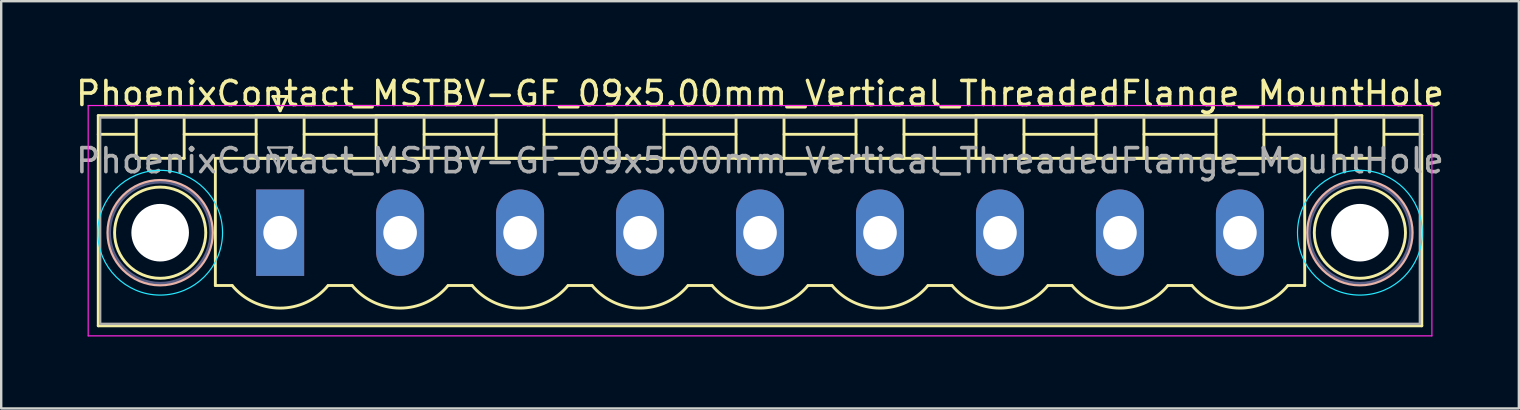
<source format=kicad_pcb>
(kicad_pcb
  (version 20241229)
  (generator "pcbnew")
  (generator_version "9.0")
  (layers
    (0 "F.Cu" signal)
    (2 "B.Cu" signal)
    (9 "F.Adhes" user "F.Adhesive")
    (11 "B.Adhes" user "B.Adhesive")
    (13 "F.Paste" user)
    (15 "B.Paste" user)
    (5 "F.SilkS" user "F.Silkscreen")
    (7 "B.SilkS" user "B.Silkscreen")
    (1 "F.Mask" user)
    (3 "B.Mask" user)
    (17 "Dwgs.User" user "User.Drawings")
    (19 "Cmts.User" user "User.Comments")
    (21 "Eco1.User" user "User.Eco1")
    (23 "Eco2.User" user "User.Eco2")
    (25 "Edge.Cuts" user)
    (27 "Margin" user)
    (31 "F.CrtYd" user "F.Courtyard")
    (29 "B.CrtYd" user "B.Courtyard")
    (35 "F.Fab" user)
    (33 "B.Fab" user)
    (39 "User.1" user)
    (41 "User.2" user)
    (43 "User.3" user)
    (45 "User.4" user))
  (footprint "PhoenixContact_MSTBV-GF_09x5.00mm_Vertical_ThreadedFlange_MountHole"
    (layer "F.Cu")
    (at 8.625 6.648)
    (property "Reference" "PhoenixContact_MSTBV-GF_09x5.00mm_Vertical_ThreadedFlange_MountHole" (at 20 -5.8 0) (layer "F.SilkS") (effects (font (size 1 1) (thickness 0.15))))
    (attr through_hole)
    (fp_line (start -7.58 -4.88) (end -7.58 3.88) (stroke (width 0.12) (type solid)) (layer "F.SilkS"))
    (fp_line (start -7.58 -4.1) (end -6.08 -4.1) (stroke (width 0.12) (type solid)) (layer "F.SilkS"))
    (fp_line (start -7.58 3.88) (end 47.58 3.88) (stroke (width 0.12) (type solid)) (layer "F.SilkS"))
    (fp_line (start -6 -4.88) (end -4 -4.88) (stroke (width 0.12) (type solid)) (layer "F.SilkS"))
    (fp_line (start -6 -3.1) (end -6 -4.88) (stroke (width 0.12) (type solid)) (layer "F.SilkS"))
    (fp_line (start -4 -4.88) (end -4 -3.1) (stroke (width 0.12) (type solid)) (layer "F.SilkS"))
    (fp_line (start -4 -4.1) (end -1 -4.1) (stroke (width 0.12) (type solid)) (layer "F.SilkS"))
    (fp_line (start -4 -3.1) (end -6 -3.1) (stroke (width 0.12) (type solid)) (layer "F.SilkS"))
    (fp_line (start -2.7 -3.1) (end 42.7 -3.1) (stroke (width 0.12) (type solid)) (layer "F.SilkS"))
    (fp_line (start -2.7 2.2) (end -2.7 -3.1) (stroke (width 0.12) (type solid)) (layer "F.SilkS"))
    (fp_line (start -2 2.2) (end -2.7 2.2) (stroke (width 0.12) (type solid)) (layer "F.SilkS"))
    (fp_line (start -1 -4.88) (end 1 -4.88) (stroke (width 0.12) (type solid)) (layer "F.SilkS"))
    (fp_line (start -1 -3.1) (end -1 -4.88) (stroke (width 0.12) (type solid)) (layer "F.SilkS"))
    (fp_line (start -0.3 -5.68) (end 0.3 -5.68) (stroke (width 0.12) (type solid)) (layer "F.SilkS"))
    (fp_line (start 0 -5.08) (end -0.3 -5.68) (stroke (width 0.12) (type solid)) (layer "F.SilkS"))
    (fp_line (start 0.3 -5.68) (end 0 -5.08) (stroke (width 0.12) (type solid)) (layer "F.SilkS"))
    (fp_line (start 1 -4.88) (end 1 -3.1) (stroke (width 0.12) (type solid)) (layer "F.SilkS"))
    (fp_line (start 1 -4.1) (end 4 -4.1) (stroke (width 0.12) (type solid)) (layer "F.SilkS"))
    (fp_line (start 1 -3.1) (end -1 -3.1) (stroke (width 0.12) (type solid)) (layer "F.SilkS"))
    (fp_line (start 2 2.2) (end 3 2.2) (stroke (width 0.12) (type solid)) (layer "F.SilkS"))
    (fp_line (start 4 -4.88) (end 6 -4.88) (stroke (width 0.12) (type solid)) (layer "F.SilkS"))
    (fp_line (start 4 -3.1) (end 4 -4.88) (stroke (width 0.12) (type solid)) (layer "F.SilkS"))
    (fp_line (start 6 -4.88) (end 6 -3.1) (stroke (width 0.12) (type solid)) (layer "F.SilkS"))
    (fp_line (start 6 -4.1) (end 9 -4.1) (stroke (width 0.12) (type solid)) (layer "F.SilkS"))
    (fp_line (start 6 -3.1) (end 4 -3.1) (stroke (width 0.12) (type solid)) (layer "F.SilkS"))
    (fp_line (start 7 2.2) (end 8 2.2) (stroke (width 0.12) (type solid)) (layer "F.SilkS"))
    (fp_line (start 9 -4.88) (end 11 -4.88) (stroke (width 0.12) (type solid)) (layer "F.SilkS"))
    (fp_line (start 9 -3.1) (end 9 -4.88) (stroke (width 0.12) (type solid)) (layer "F.SilkS"))
    (fp_line (start 11 -4.88) (end 11 -3.1) (stroke (width 0.12) (type solid)) (layer "F.SilkS"))
    (fp_line (start 11 -4.1) (end 14 -4.1) (stroke (width 0.12) (type solid)) (layer "F.SilkS"))
    (fp_line (start 11 -3.1) (end 9 -3.1) (stroke (width 0.12) (type solid)) (layer "F.SilkS"))
    (fp_line (start 12 2.2) (end 13 2.2) (stroke (width 0.12) (type solid)) (layer "F.SilkS"))
    (fp_line (start 14 -4.88) (end 16 -4.88) (stroke (width 0.12) (type solid)) (layer "F.SilkS"))
    (fp_line (start 14 -3.1) (end 14 -4.88) (stroke (width 0.12) (type solid)) (layer "F.SilkS"))
    (fp_line (start 16 -4.88) (end 16 -3.1) (stroke (width 0.12) (type solid)) (layer "F.SilkS"))
    (fp_line (start 16 -4.1) (end 19 -4.1) (stroke (width 0.12) (type solid)) (layer "F.SilkS"))
    (fp_line (start 16 -3.1) (end 14 -3.1) (stroke (width 0.12) (type solid)) (layer "F.SilkS"))
    (fp_line (start 17 2.2) (end 18 2.2) (stroke (width 0.12) (type solid)) (layer "F.SilkS"))
    (fp_line (start 19 -4.88) (end 21 -4.88) (stroke (width 0.12) (type solid)) (layer "F.SilkS"))
    (fp_line (start 19 -3.1) (end 19 -4.88) (stroke (width 0.12) (type solid)) (layer "F.SilkS"))
    (fp_line (start 21 -4.88) (end 21 -3.1) (stroke (width 0.12) (type solid)) (layer "F.SilkS"))
    (fp_line (start 21 -4.1) (end 24 -4.1) (stroke (width 0.12) (type solid)) (layer "F.SilkS"))
    (fp_line (start 21 -3.1) (end 19 -3.1) (stroke (width 0.12) (type solid)) (layer "F.SilkS"))
    (fp_line (start 22 2.2) (end 23 2.2) (stroke (width 0.12) (type solid)) (layer "F.SilkS"))
    (fp_line (start 24 -4.88) (end 26 -4.88) (stroke (width 0.12) (type solid)) (layer "F.SilkS"))
    (fp_line (start 24 -3.1) (end 24 -4.88) (stroke (width 0.12) (type solid)) (layer "F.SilkS"))
    (fp_line (start 26 -4.88) (end 26 -3.1) (stroke (width 0.12) (type solid)) (layer "F.SilkS"))
    (fp_line (start 26 -4.1) (end 29 -4.1) (stroke (width 0.12) (type solid)) (layer "F.SilkS"))
    (fp_line (start 26 -3.1) (end 24 -3.1) (stroke (width 0.12) (type solid)) (layer "F.SilkS"))
    (fp_line (start 27 2.2) (end 28 2.2) (stroke (width 0.12) (type solid)) (layer "F.SilkS"))
    (fp_line (start 29 -4.88) (end 31 -4.88) (stroke (width 0.12) (type solid)) (layer "F.SilkS"))
    (fp_line (start 29 -3.1) (end 29 -4.88) (stroke (width 0.12) (type solid)) (layer "F.SilkS"))
    (fp_line (start 31 -4.88) (end 31 -3.1) (stroke (width 0.12) (type solid)) (layer "F.SilkS"))
    (fp_line (start 31 -4.1) (end 34 -4.1) (stroke (width 0.12) (type solid)) (layer "F.SilkS"))
    (fp_line (start 31 -3.1) (end 29 -3.1) (stroke (width 0.12) (type solid)) (layer "F.SilkS"))
    (fp_line (start 32 2.2) (end 33 2.2) (stroke (width 0.12) (type solid)) (layer "F.SilkS"))
    (fp_line (start 34 -4.88) (end 36 -4.88) (stroke (width 0.12) (type solid)) (layer "F.SilkS"))
    (fp_line (start 34 -3.1) (end 34 -4.88) (stroke (width 0.12) (type solid)) (layer "F.SilkS"))
    (fp_line (start 36 -4.88) (end 36 -3.1) (stroke (width 0.12) (type solid)) (layer "F.SilkS"))
    (fp_line (start 36 -4.1) (end 39 -4.1) (stroke (width 0.12) (type solid)) (layer "F.SilkS"))
    (fp_line (start 36 -3.1) (end 34 -3.1) (stroke (width 0.12) (type solid)) (layer "F.SilkS"))
    (fp_line (start 37 2.2) (end 38 2.2) (stroke (width 0.12) (type solid)) (layer "F.SilkS"))
    (fp_line (start 39 -4.88) (end 41 -4.88) (stroke (width 0.12) (type solid)) (layer "F.SilkS"))
    (fp_line (start 39 -3.1) (end 39 -4.88) (stroke (width 0.12) (type solid)) (layer "F.SilkS"))
    (fp_line (start 41 -4.88) (end 41 -3.1) (stroke (width 0.12) (type solid)) (layer "F.SilkS"))
    (fp_line (start 41 -4.1) (end 44 -4.1) (stroke (width 0.12) (type solid)) (layer "F.SilkS"))
    (fp_line (start 41 -3.1) (end 39 -3.1) (stroke (width 0.12) (type solid)) (layer "F.SilkS"))
    (fp_line (start 42.7 -3.1) (end 42.7 2.2) (stroke (width 0.12) (type solid)) (layer "F.SilkS"))
    (fp_line (start 42.7 2.2) (end 42 2.2) (stroke (width 0.12) (type solid)) (layer "F.SilkS"))
    (fp_line (start 44 -4.88) (end 46 -4.88) (stroke (width 0.12) (type solid)) (layer "F.SilkS"))
    (fp_line (start 44 -3.1) (end 44 -4.88) (stroke (width 0.12) (type solid)) (layer "F.SilkS"))
    (fp_line (start 46 -4.88) (end 46 -3.1) (stroke (width 0.12) (type solid)) (layer "F.SilkS"))
    (fp_line (start 46 -3.1) (end 44 -3.1) (stroke (width 0.12) (type solid)) (layer "F.SilkS"))
    (fp_line (start 47.58 -4.88) (end -7.58 -4.88) (stroke (width 0.12) (type solid)) (layer "F.SilkS"))
    (fp_line (start 47.58 -4.1) (end 46.08 -4.1) (stroke (width 0.12) (type solid)) (layer "F.SilkS"))
    (fp_line (start 47.58 3.88) (end 47.58 -4.88) (stroke (width 0.12) (type solid)) (layer "F.SilkS"))
    (fp_arc (start 1.986842 2.215821) (mid -0.010289 3.142758) (end -2 2.2) (stroke (width 0.12) (type solid)) (layer "F.SilkS"))
    (fp_arc (start 6.986842 2.215821) (mid 4.989711 3.142758) (end 3 2.2) (stroke (width 0.12) (type solid)) (layer "F.SilkS"))
    (fp_arc (start 11.986842 2.215821) (mid 9.989711 3.142758) (end 8 2.2) (stroke (width 0.12) (type solid)) (layer "F.SilkS"))
    (fp_arc (start 16.986842 2.215821) (mid 14.989711 3.142758) (end 13 2.2) (stroke (width 0.12) (type solid)) (layer "F.SilkS"))
    (fp_arc (start 21.986842 2.215821) (mid 19.989711 3.142758) (end 18 2.2) (stroke (width 0.12) (type solid)) (layer "F.SilkS"))
    (fp_arc (start 26.986842 2.215821) (mid 24.989711 3.142758) (end 23 2.2) (stroke (width 0.12) (type solid)) (layer "F.SilkS"))
    (fp_arc (start 31.986842 2.215821) (mid 29.989711 3.142758) (end 28 2.2) (stroke (width 0.12) (type solid)) (layer "F.SilkS"))
    (fp_arc (start 36.986842 2.215821) (mid 34.989711 3.142758) (end 33 2.2) (stroke (width 0.12) (type solid)) (layer "F.SilkS"))
    (fp_arc (start 41.986842 2.215821) (mid 39.989711 3.142758) (end 38 2.2) (stroke (width 0.12) (type solid)) (layer "F.SilkS"))
    (fp_circle (center -5 0) (end -3.1 0) (stroke (width 0.12) (type solid)) (fill no) (layer "F.SilkS"))
    (fp_circle (center 45 0) (end 46.9 0) (stroke (width 0.12) (type solid)) (fill no) (layer "F.SilkS"))
    (fp_circle (center -5 0) (end -2.82 0) (stroke (width 0.12) (type solid)) (fill no) (layer "B.SilkS"))
    (fp_circle (center 45 0) (end 47.18 0) (stroke (width 0.12) (type solid)) (fill no) (layer "B.SilkS"))
    (fp_circle (center -5 0) (end -2.4 0) (stroke (width 0.05) (type solid)) (fill no) (layer "B.CrtYd"))
    (fp_circle (center 45 0) (end 47.6 0) (stroke (width 0.05) (type solid)) (fill no) (layer "B.CrtYd"))
    (fp_line (start -8 -5.3) (end -8 4.3) (stroke (width 0.05) (type solid)) (layer "F.CrtYd"))
    (fp_line (start -8 4.3) (end 48 4.3) (stroke (width 0.05) (type solid)) (layer "F.CrtYd"))
    (fp_line (start 48 -5.3) (end -8 -5.3) (stroke (width 0.05) (type solid)) (layer "F.CrtYd"))
    (fp_line (start 48 4.3) (end 48 -5.3) (stroke (width 0.05) (type solid)) (layer "F.CrtYd"))
    (fp_circle (center -5 0) (end -2.9 0) (stroke (width 0.1) (type solid)) (fill no) (layer "B.Fab"))
    (fp_circle (center 45 0) (end 47.1 0) (stroke (width 0.1) (type solid)) (fill no) (layer "B.Fab"))
    (fp_line (start -7.5 -4.8) (end -7.5 3.8) (stroke (width 0.1) (type solid)) (layer "F.Fab"))
    (fp_line (start -7.5 3.8) (end 47.5 3.8) (stroke (width 0.1) (type solid)) (layer "F.Fab"))
    (fp_line (start -0.5 -3.55) (end 0.5 -3.55) (stroke (width 0.1) (type solid)) (layer "F.Fab"))
    (fp_line (start 0 -2.55) (end -0.5 -3.55) (stroke (width 0.1) (type solid)) (layer "F.Fab"))
    (fp_line (start 0.5 -3.55) (end 0 -2.55) (stroke (width 0.1) (type solid)) (layer "F.Fab"))
    (fp_line (start 47.5 -4.8) (end -7.5 -4.8) (stroke (width 0.1) (type solid)) (layer "F.Fab"))
    (fp_line (start 47.5 3.8) (end 47.5 -4.8) (stroke (width 0.1) (type solid)) (layer "F.Fab"))
    (fp_text user "${REFERENCE}" (at 20 -3 0) (layer "F.Fab") (effects (font (size 1 1) (thickness 0.15))))
    (pad "" np_thru_hole circle (at -5 0) (size 2.4 2.4) (drill 2.4) (layers "*.Cu" "*.Mask"))
    (pad "" np_thru_hole circle (at 45 0) (size 2.4 2.4) (drill 2.4) (layers "*.Cu" "*.Mask"))
    (pad "1" thru_hole rect (at 0 0) (size 2 3.6) (drill 1.4) (layers "*.Cu" "*.Mask"))
    (pad "2" thru_hole oval (at 5 0) (size 2 3.6) (drill 1.4) (layers "*.Cu" "*.Mask"))
    (pad "3" thru_hole oval (at 10 0) (size 2 3.6) (drill 1.4) (layers "*.Cu" "*.Mask"))
    (pad "4" thru_hole oval (at 15 0) (size 2 3.6) (drill 1.4) (layers "*.Cu" "*.Mask"))
    (pad "5" thru_hole oval (at 20 0) (size 2 3.6) (drill 1.4) (layers "*.Cu" "*.Mask"))
    (pad "6" thru_hole oval (at 25 0) (size 2 3.6) (drill 1.4) (layers "*.Cu" "*.Mask"))
    (pad "7" thru_hole oval (at 30 0) (size 2 3.6) (drill 1.4) (layers "*.Cu" "*.Mask"))
    (pad "8" thru_hole oval (at 35 0) (size 2 3.6) (drill 1.4) (layers "*.Cu" "*.Mask"))
    (pad "9" thru_hole oval (at 40 0) (size 2 3.6) (drill 1.4) (layers "*.Cu" "*.Mask")))
  (gr_rect
    (start -3 -3)
    (end 60.25 13.973)
    (stroke (width 0.1) (type default))
    (fill no)
    (layer "Edge.Cuts")))
</source>
